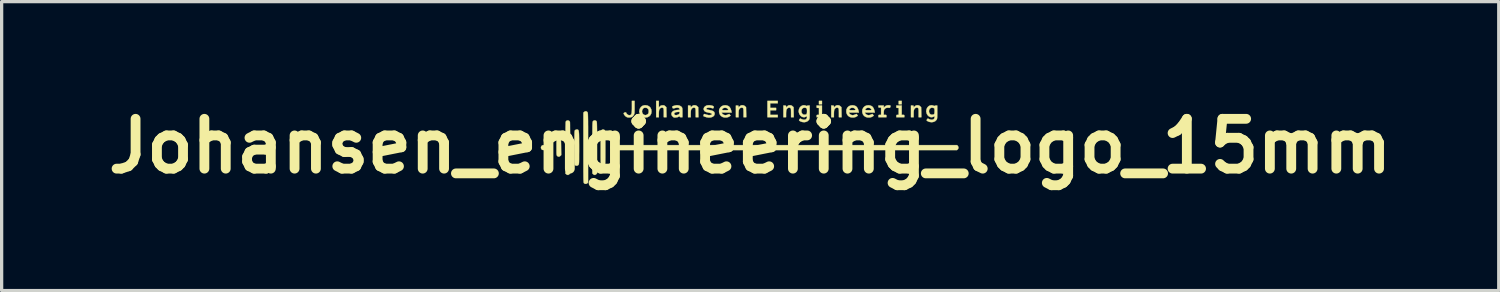
<source format=kicad_pcb>
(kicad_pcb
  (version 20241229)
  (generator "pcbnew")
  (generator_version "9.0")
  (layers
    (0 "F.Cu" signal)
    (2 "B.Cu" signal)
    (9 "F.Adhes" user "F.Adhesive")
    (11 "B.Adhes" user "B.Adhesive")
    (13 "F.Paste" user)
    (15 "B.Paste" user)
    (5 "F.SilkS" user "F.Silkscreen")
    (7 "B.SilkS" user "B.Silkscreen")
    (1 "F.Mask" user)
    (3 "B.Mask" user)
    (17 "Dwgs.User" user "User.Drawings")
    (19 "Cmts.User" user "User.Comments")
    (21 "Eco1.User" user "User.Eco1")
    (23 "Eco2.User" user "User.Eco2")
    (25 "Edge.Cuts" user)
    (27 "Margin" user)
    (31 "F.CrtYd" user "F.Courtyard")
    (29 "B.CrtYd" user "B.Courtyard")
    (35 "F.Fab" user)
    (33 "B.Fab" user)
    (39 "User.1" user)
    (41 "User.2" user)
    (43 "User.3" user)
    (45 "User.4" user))
  (footprint "Johansen_engineering_logo_15mm"
    (layer "F.Cu")
    (at 19.892 1.418)
    (property "Reference" "Johansen_engineering_logo_15mm" (at 0 0 0) (layer "F.SilkS") (effects (font (size 1.524 1.524) (thickness 0.3))))
    (attr through_hole)
    (fp_poly (pts (xy 2.195 -1.28) (xy 2.103 -1.28) (xy 2.103 -1.382) (xy 2.195 -1.382) (xy 2.195 -1.28)) (stroke (width 0.01) (type solid)) (fill yes) (layer "F.SilkS"))
    (fp_poly (pts (xy 4.633 -1.28) (xy 4.542 -1.28) (xy 4.542 -1.382) (xy 4.633 -1.382) (xy 4.633 -1.28)) (stroke (width 0.01) (type solid)) (fill yes) (layer "F.SilkS"))
    (fp_poly (pts (xy 0.843 -1.311) (xy 0.61 -1.311) (xy 0.61 -1.168) (xy 0.792 -1.168) (xy 0.792 -1.097) (xy 0.61 -1.097) (xy 0.61 -0.955) (xy 0.843 -0.955) (xy 0.843 -0.884) (xy 0.528 -0.884) (xy 0.528 -1.382) (xy 0.843 -1.382) (xy 0.843 -1.311)) (stroke (width 0.01) (type solid)) (fill yes) (layer "F.SilkS"))
    (fp_poly (pts (xy 6.348 -0.007) (xy 6.367 0.026) (xy 6.368 0.061) (xy 6.353 0.094) (xy 6.347 0.1) (xy 6.323 0.122) (xy -4.225 0.122) (xy -4.246 0.095) (xy -4.261 0.07) (xy -4.267 0.046) (xy -4.267 0.046) (xy -4.261 0.022) (xy -4.246 -0.004) (xy -4.246 -0.004) (xy -4.225 -0.03) (xy 1.051 -0.03) (xy 6.326 -0.03) (xy 6.348 -0.007)) (stroke (width 0.01) (type solid)) (fill yes) (layer "F.SilkS"))
    (fp_poly (pts (xy 2.195 -0.955) (xy 2.235 -0.955) (xy 2.261 -0.954) (xy 2.273 -0.947) (xy 2.276 -0.93) (xy 2.276 -0.919) (xy 2.276 -0.884) (xy 2.032 -0.884) (xy 2.032 -0.919) (xy 2.034 -0.943) (xy 2.042 -0.953) (xy 2.065 -0.955) (xy 2.068 -0.955) (xy 2.103 -0.955) (xy 2.103 -1.168) (xy 2.068 -1.168) (xy 2.044 -1.17) (xy 2.034 -1.179) (xy 2.032 -1.201) (xy 2.032 -1.204) (xy 2.032 -1.24) (xy 2.195 -1.24) (xy 2.195 -0.955)) (stroke (width 0.01) (type solid)) (fill yes) (layer "F.SilkS"))
    (fp_poly (pts (xy 4.633 -0.955) (xy 4.674 -0.955) (xy 4.7 -0.954) (xy 4.711 -0.947) (xy 4.714 -0.93) (xy 4.714 -0.919) (xy 4.714 -0.884) (xy 4.47 -0.884) (xy 4.47 -0.919) (xy 4.472 -0.943) (xy 4.481 -0.953) (xy 4.503 -0.955) (xy 4.506 -0.955) (xy 4.542 -0.955) (xy 4.542 -1.168) (xy 4.506 -1.168) (xy 4.482 -1.17) (xy 4.472 -1.179) (xy 4.47 -1.201) (xy 4.47 -1.204) (xy 4.47 -1.24) (xy 4.633 -1.24) (xy 4.633 -0.955)) (stroke (width 0.01) (type solid)) (fill yes) (layer "F.SilkS"))
    (fp_poly (pts (xy -6.205 -0.028) (xy -6.166 -0.021) (xy -6.142 -0.008) (xy -6.13 0.014) (xy -6.126 0.046) (xy -6.13 0.077) (xy -6.142 0.099) (xy -6.166 0.113) (xy -6.204 0.12) (xy -6.259 0.122) (xy -6.262 0.122) (xy -6.307 0.121) (xy -6.337 0.119) (xy -6.357 0.115) (xy -6.37 0.107) (xy -6.379 0.098) (xy -6.397 0.066) (xy -6.399 0.03) (xy -6.383 -0.002) (xy -6.377 -0.008) (xy -6.364 -0.019) (xy -6.347 -0.026) (xy -6.322 -0.029) (xy -6.284 -0.03) (xy -6.26 -0.03) (xy -6.205 -0.028)) (stroke (width 0.01) (type solid)) (fill yes) (layer "F.SilkS"))
    (fp_poly (pts (xy -2.794 -1.178) (xy -2.765 -1.21) (xy -2.742 -1.232) (xy -2.715 -1.243) (xy -2.686 -1.247) (xy -2.653 -1.249) (xy -2.631 -1.244) (xy -2.609 -1.229) (xy -2.6 -1.221) (xy -2.565 -1.19) (xy -2.562 -1.037) (xy -2.559 -0.884) (xy -2.642 -0.884) (xy -2.642 -1.015) (xy -2.642 -1.072) (xy -2.644 -1.112) (xy -2.647 -1.139) (xy -2.652 -1.155) (xy -2.658 -1.163) (xy -2.684 -1.177) (xy -2.716 -1.175) (xy -2.748 -1.16) (xy -2.773 -1.132) (xy -2.778 -1.122) (xy -2.787 -1.093) (xy -2.792 -1.049) (xy -2.794 -0.988) (xy -2.794 -0.884) (xy -2.875 -0.884) (xy -2.875 -1.382) (xy -2.794 -1.382) (xy -2.794 -1.178)) (stroke (width 0.01) (type solid)) (fill yes) (layer "F.SilkS"))
    (fp_poly (pts (xy -5.555 -0.781) (xy -5.528 -0.765) (xy -5.513 -0.74) (xy -5.512 -0.726) (xy -5.511 -0.693) (xy -5.51 -0.644) (xy -5.51 -0.579) (xy -5.509 -0.5) (xy -5.508 -0.409) (xy -5.508 -0.308) (xy -5.507 -0.197) (xy -5.507 -0.079) (xy -5.507 0.044) (xy -5.507 0.059) (xy -5.507 0.834) (xy -5.532 0.859) (xy -5.561 0.88) (xy -5.59 0.881) (xy -5.622 0.863) (xy -5.622 0.863) (xy -5.649 0.842) (xy -5.649 0.054) (xy -5.649 -0.113) (xy -5.648 -0.26) (xy -5.648 -0.388) (xy -5.647 -0.496) (xy -5.646 -0.585) (xy -5.644 -0.655) (xy -5.643 -0.706) (xy -5.641 -0.738) (xy -5.638 -0.753) (xy -5.638 -0.753) (xy -5.616 -0.776) (xy -5.586 -0.785) (xy -5.555 -0.781)) (stroke (width 0.01) (type solid)) (fill yes) (layer "F.SilkS"))
    (fp_poly (pts (xy -1.667 -1.246) (xy -1.639 -1.233) (xy -1.623 -1.22) (xy -1.59 -1.19) (xy -1.587 -1.037) (xy -1.583 -0.884) (xy -1.666 -0.884) (xy -1.666 -1.015) (xy -1.667 -1.072) (xy -1.668 -1.112) (xy -1.672 -1.139) (xy -1.677 -1.155) (xy -1.682 -1.163) (xy -1.709 -1.177) (xy -1.741 -1.175) (xy -1.772 -1.16) (xy -1.797 -1.132) (xy -1.803 -1.122) (xy -1.812 -1.093) (xy -1.817 -1.049) (xy -1.819 -0.988) (xy -1.819 -0.884) (xy -1.9 -0.884) (xy -1.9 -1.24) (xy -1.859 -1.24) (xy -1.833 -1.238) (xy -1.822 -1.232) (xy -1.819 -1.216) (xy -1.819 -1.21) (xy -1.819 -1.181) (xy -1.784 -1.215) (xy -1.758 -1.237) (xy -1.734 -1.247) (xy -1.703 -1.25) (xy -1.667 -1.246)) (stroke (width 0.01) (type solid)) (fill yes) (layer "F.SilkS"))
    (fp_poly (pts (xy -0.204 -1.246) (xy -0.176 -1.233) (xy -0.16 -1.22) (xy -0.127 -1.19) (xy -0.124 -1.037) (xy -0.12 -0.884) (xy -0.203 -0.884) (xy -0.203 -1.015) (xy -0.204 -1.072) (xy -0.205 -1.112) (xy -0.209 -1.139) (xy -0.214 -1.155) (xy -0.219 -1.163) (xy -0.246 -1.177) (xy -0.278 -1.175) (xy -0.309 -1.16) (xy -0.334 -1.132) (xy -0.34 -1.122) (xy -0.349 -1.093) (xy -0.354 -1.049) (xy -0.356 -0.988) (xy -0.356 -0.884) (xy -0.437 -0.884) (xy -0.437 -1.24) (xy -0.396 -1.24) (xy -0.37 -1.238) (xy -0.359 -1.232) (xy -0.356 -1.216) (xy -0.356 -1.21) (xy -0.356 -1.181) (xy -0.321 -1.215) (xy -0.295 -1.237) (xy -0.271 -1.247) (xy -0.24 -1.25) (xy -0.204 -1.246)) (stroke (width 0.01) (type solid)) (fill yes) (layer "F.SilkS"))
    (fp_poly (pts (xy 1.249 -1.246) (xy 1.277 -1.233) (xy 1.293 -1.22) (xy 1.326 -1.19) (xy 1.329 -1.037) (xy 1.332 -0.884) (xy 1.25 -0.884) (xy 1.25 -1.015) (xy 1.249 -1.072) (xy 1.248 -1.112) (xy 1.244 -1.139) (xy 1.239 -1.155) (xy 1.234 -1.163) (xy 1.207 -1.177) (xy 1.175 -1.175) (xy 1.144 -1.16) (xy 1.118 -1.132) (xy 1.113 -1.122) (xy 1.104 -1.093) (xy 1.099 -1.049) (xy 1.097 -0.988) (xy 1.097 -0.884) (xy 1.016 -0.884) (xy 1.016 -1.24) (xy 1.057 -1.24) (xy 1.083 -1.238) (xy 1.094 -1.232) (xy 1.097 -1.216) (xy 1.097 -1.21) (xy 1.097 -1.181) (xy 1.132 -1.215) (xy 1.158 -1.237) (xy 1.182 -1.247) (xy 1.213 -1.25) (xy 1.249 -1.246)) (stroke (width 0.01) (type solid)) (fill yes) (layer "F.SilkS"))
    (fp_poly (pts (xy 2.712 -1.246) (xy 2.74 -1.233) (xy 2.756 -1.22) (xy 2.789 -1.19) (xy 2.792 -1.037) (xy 2.795 -0.884) (xy 2.713 -0.884) (xy 2.713 -1.015) (xy 2.712 -1.072) (xy 2.711 -1.112) (xy 2.707 -1.139) (xy 2.702 -1.155) (xy 2.697 -1.163) (xy 2.67 -1.177) (xy 2.638 -1.175) (xy 2.607 -1.16) (xy 2.581 -1.132) (xy 2.576 -1.122) (xy 2.567 -1.093) (xy 2.562 -1.049) (xy 2.56 -0.988) (xy 2.56 -0.884) (xy 2.479 -0.884) (xy 2.479 -1.24) (xy 2.52 -1.24) (xy 2.546 -1.238) (xy 2.557 -1.232) (xy 2.56 -1.216) (xy 2.56 -1.21) (xy 2.56 -1.181) (xy 2.595 -1.215) (xy 2.621 -1.237) (xy 2.645 -1.247) (xy 2.676 -1.25) (xy 2.712 -1.246)) (stroke (width 0.01) (type solid)) (fill yes) (layer "F.SilkS"))
    (fp_poly (pts (xy 5.15 -1.246) (xy 5.179 -1.233) (xy 5.194 -1.22) (xy 5.227 -1.19) (xy 5.231 -1.037) (xy 5.234 -0.884) (xy 5.151 -0.884) (xy 5.151 -1.015) (xy 5.151 -1.072) (xy 5.149 -1.112) (xy 5.146 -1.139) (xy 5.141 -1.155) (xy 5.135 -1.163) (xy 5.108 -1.177) (xy 5.076 -1.175) (xy 5.045 -1.16) (xy 5.02 -1.132) (xy 5.014 -1.122) (xy 5.006 -1.093) (xy 5 -1.049) (xy 4.999 -0.988) (xy 4.999 -0.884) (xy 4.917 -0.884) (xy 4.917 -1.24) (xy 4.958 -1.24) (xy 4.984 -1.238) (xy 4.996 -1.232) (xy 4.999 -1.216) (xy 4.999 -1.21) (xy 4.999 -1.181) (xy 5.033 -1.215) (xy 5.059 -1.237) (xy 5.083 -1.247) (xy 5.114 -1.25) (xy 5.15 -1.246)) (stroke (width 0.01) (type solid)) (fill yes) (layer "F.SilkS"))
    (fp_poly (pts (xy -5.836 -0.23) (xy -5.81 -0.214) (xy -5.802 -0.208) (xy -5.797 -0.2) (xy -5.792 -0.188) (xy -5.789 -0.17) (xy -5.787 -0.143) (xy -5.785 -0.104) (xy -5.784 -0.051) (xy -5.783 0.019) (xy -5.783 0.04) (xy -5.78 0.274) (xy -5.805 0.3) (xy -5.837 0.321) (xy -5.869 0.322) (xy -5.899 0.304) (xy -5.901 0.302) (xy -5.908 0.293) (xy -5.914 0.284) (xy -5.918 0.27) (xy -5.92 0.249) (xy -5.922 0.219) (xy -5.923 0.177) (xy -5.923 0.12) (xy -5.923 0.046) (xy -5.923 0.044) (xy -5.923 -0.03) (xy -5.923 -0.088) (xy -5.922 -0.13) (xy -5.92 -0.16) (xy -5.918 -0.18) (xy -5.914 -0.193) (xy -5.909 -0.202) (xy -5.902 -0.21) (xy -5.9 -0.212) (xy -5.868 -0.231) (xy -5.836 -0.23)) (stroke (width 0.01) (type solid)) (fill yes) (layer "F.SilkS"))
    (fp_poly (pts (xy -3.536 -1.191) (xy -3.536 -1.123) (xy -3.537 -1.073) (xy -3.538 -1.035) (xy -3.541 -1.008) (xy -3.545 -0.988) (xy -3.551 -0.97) (xy -3.559 -0.955) (xy -3.588 -0.913) (xy -3.617 -0.892) (xy -3.659 -0.879) (xy -3.709 -0.875) (xy -3.755 -0.881) (xy -3.769 -0.885) (xy -3.809 -0.909) (xy -3.843 -0.946) (xy -3.857 -0.967) (xy -3.868 -0.994) (xy -3.867 -1.01) (xy -3.851 -1.021) (xy -3.841 -1.026) (xy -3.812 -1.033) (xy -3.794 -1.026) (xy -3.79 -1.011) (xy -3.781 -0.994) (xy -3.761 -0.974) (xy -3.735 -0.956) (xy -3.711 -0.946) (xy -3.703 -0.945) (xy -3.676 -0.947) (xy -3.656 -0.954) (xy -3.64 -0.969) (xy -3.63 -0.993) (xy -3.623 -1.03) (xy -3.619 -1.082) (xy -3.617 -1.149) (xy -3.617 -1.198) (xy -3.617 -1.382) (xy -3.536 -1.382) (xy -3.536 -1.191)) (stroke (width 0.01) (type solid)) (fill yes) (layer "F.SilkS"))
    (fp_poly (pts (xy -4.72 -0.778) (xy -4.702 -0.763) (xy -4.699 -0.758) (xy -4.696 -0.751) (xy -4.693 -0.741) (xy -4.691 -0.726) (xy -4.689 -0.705) (xy -4.688 -0.677) (xy -4.687 -0.641) (xy -4.686 -0.594) (xy -4.685 -0.536) (xy -4.684 -0.465) (xy -4.684 -0.38) (xy -4.684 -0.28) (xy -4.684 -0.162) (xy -4.684 -0.026) (xy -4.684 0.047) (xy -4.684 0.834) (xy -4.709 0.859) (xy -4.739 0.88) (xy -4.769 0.88) (xy -4.799 0.861) (xy -4.801 0.859) (xy -4.826 0.834) (xy -4.826 0.047) (xy -4.826 -0.098) (xy -4.826 -0.224) (xy -4.826 -0.333) (xy -4.825 -0.425) (xy -4.825 -0.503) (xy -4.824 -0.567) (xy -4.824 -0.619) (xy -4.822 -0.661) (xy -4.821 -0.693) (xy -4.819 -0.717) (xy -4.817 -0.734) (xy -4.815 -0.746) (xy -4.812 -0.754) (xy -4.809 -0.76) (xy -4.807 -0.763) (xy -4.78 -0.782) (xy -4.755 -0.786) (xy -4.72 -0.778)) (stroke (width 0.01) (type solid)) (fill yes) (layer "F.SilkS"))
    (fp_poly (pts (xy 4.267 -1.247) (xy 4.287 -1.239) (xy 4.292 -1.223) (xy 4.286 -1.2) (xy 4.278 -1.18) (xy 4.267 -1.172) (xy 4.246 -1.172) (xy 4.232 -1.174) (xy 4.183 -1.173) (xy 4.14 -1.159) (xy 4.108 -1.131) (xy 4.1 -1.119) (xy 4.09 -1.087) (xy 4.085 -1.042) (xy 4.084 -1.022) (xy 4.084 -0.955) (xy 4.125 -0.955) (xy 4.151 -0.954) (xy 4.163 -0.947) (xy 4.166 -0.93) (xy 4.166 -0.919) (xy 4.166 -0.884) (xy 3.922 -0.884) (xy 3.922 -0.919) (xy 3.923 -0.942) (xy 3.931 -0.952) (xy 3.95 -0.955) (xy 3.962 -0.955) (xy 4.003 -0.955) (xy 4.003 -1.179) (xy 3.962 -1.179) (xy 3.936 -1.18) (xy 3.925 -1.186) (xy 3.922 -1.202) (xy 3.922 -1.209) (xy 3.922 -1.24) (xy 4.084 -1.24) (xy 4.084 -1.174) (xy 4.111 -1.202) (xy 4.146 -1.231) (xy 4.187 -1.246) (xy 4.23 -1.25) (xy 4.267 -1.247)) (stroke (width 0.01) (type solid)) (fill yes) (layer "F.SilkS"))
    (fp_poly (pts (xy -4.983 -1.045) (xy -4.979 -1.04) (xy -4.976 -1.036) (xy -4.973 -1.03) (xy -4.97 -1.023) (xy -4.968 -1.013) (xy -4.966 -0.999) (xy -4.964 -0.979) (xy -4.963 -0.952) (xy -4.962 -0.918) (xy -4.961 -0.875) (xy -4.96 -0.822) (xy -4.959 -0.757) (xy -4.959 -0.68) (xy -4.958 -0.589) (xy -4.958 -0.483) (xy -4.958 -0.362) (xy -4.958 -0.223) (xy -4.958 -0.066) (xy -4.958 0.05) (xy -4.958 1.114) (xy -4.982 1.136) (xy -5.014 1.155) (xy -5.047 1.155) (xy -5.078 1.138) (xy -5.08 1.136) (xy -5.083 1.132) (xy -5.086 1.127) (xy -5.088 1.121) (xy -5.091 1.111) (xy -5.093 1.096) (xy -5.094 1.077) (xy -5.096 1.05) (xy -5.097 1.015) (xy -5.098 0.972) (xy -5.099 0.918) (xy -5.099 0.853) (xy -5.1 0.775) (xy -5.1 0.683) (xy -5.1 0.577) (xy -5.1 0.454) (xy -5.1 0.315) (xy -5.1 0.157) (xy -5.1 0.046) (xy -5.1 -1.023) (xy -5.077 -1.045) (xy -5.045 -1.064) (xy -5.012 -1.064) (xy -4.983 -1.045)) (stroke (width 0.01) (type solid)) (fill yes) (layer "F.SilkS"))
    (fp_poly (pts (xy -3.143 -1.241) (xy -3.091 -1.215) (xy -3.051 -1.175) (xy -3.026 -1.123) (xy -3.018 -1.062) (xy -3.026 -0.999) (xy -3.052 -0.947) (xy -3.092 -0.908) (xy -3.144 -0.883) (xy -3.206 -0.874) (xy -3.208 -0.874) (xy -3.244 -0.877) (xy -3.278 -0.885) (xy -3.287 -0.888) (xy -3.332 -0.919) (xy -3.366 -0.963) (xy -3.386 -1.015) (xy -3.391 -1.064) (xy -3.309 -1.064) (xy -3.303 -1.023) (xy -3.285 -0.988) (xy -3.257 -0.962) (xy -3.219 -0.949) (xy -3.191 -0.949) (xy -3.159 -0.96) (xy -3.13 -0.98) (xy -3.13 -0.98) (xy -3.114 -1) (xy -3.106 -1.023) (xy -3.104 -1.058) (xy -3.104 -1.062) (xy -3.106 -1.097) (xy -3.113 -1.121) (xy -3.128 -1.141) (xy -3.132 -1.145) (xy -3.156 -1.164) (xy -3.184 -1.172) (xy -3.207 -1.173) (xy -3.239 -1.171) (xy -3.262 -1.161) (xy -3.277 -1.145) (xy -3.301 -1.106) (xy -3.309 -1.064) (xy -3.391 -1.064) (xy -3.392 -1.072) (xy -3.38 -1.128) (xy -3.374 -1.143) (xy -3.342 -1.195) (xy -3.299 -1.229) (xy -3.245 -1.247) (xy -3.204 -1.25) (xy -3.143 -1.241)) (stroke (width 0.01) (type solid)) (fill yes) (layer "F.SilkS"))
    (fp_poly (pts (xy -5.269 -0.501) (xy -5.267 -0.5) (xy -5.259 -0.494) (xy -5.253 -0.486) (xy -5.248 -0.474) (xy -5.243 -0.457) (xy -5.24 -0.432) (xy -5.237 -0.398) (xy -5.235 -0.354) (xy -5.234 -0.298) (xy -5.233 -0.228) (xy -5.233 -0.142) (xy -5.232 -0.038) (xy -5.232 0.053) (xy -5.232 0.167) (xy -5.233 0.262) (xy -5.233 0.341) (xy -5.233 0.404) (xy -5.234 0.454) (xy -5.235 0.493) (xy -5.237 0.521) (xy -5.239 0.542) (xy -5.242 0.556) (xy -5.245 0.566) (xy -5.249 0.572) (xy -5.253 0.577) (xy -5.281 0.595) (xy -5.314 0.6) (xy -5.344 0.591) (xy -5.359 0.577) (xy -5.362 0.57) (xy -5.365 0.558) (xy -5.368 0.541) (xy -5.37 0.516) (xy -5.372 0.482) (xy -5.373 0.436) (xy -5.374 0.378) (xy -5.374 0.306) (xy -5.374 0.218) (xy -5.375 0.112) (xy -5.375 0.043) (xy -5.375 -0.072) (xy -5.375 -0.168) (xy -5.374 -0.248) (xy -5.374 -0.312) (xy -5.373 -0.363) (xy -5.372 -0.402) (xy -5.37 -0.431) (xy -5.368 -0.452) (xy -5.366 -0.467) (xy -5.363 -0.476) (xy -5.359 -0.483) (xy -5.354 -0.488) (xy -5.328 -0.503) (xy -5.296 -0.508) (xy -5.269 -0.501)) (stroke (width 0.01) (type solid)) (fill yes) (layer "F.SilkS"))
    (fp_poly (pts (xy -4.456 -0.493) (xy -4.45 -0.488) (xy -4.446 -0.483) (xy -4.442 -0.476) (xy -4.439 -0.466) (xy -4.436 -0.451) (xy -4.434 -0.43) (xy -4.432 -0.4) (xy -4.431 -0.36) (xy -4.431 -0.309) (xy -4.43 -0.244) (xy -4.43 -0.163) (xy -4.43 -0.066) (xy -4.43 0.043) (xy -4.43 0.16) (xy -4.43 0.258) (xy -4.43 0.339) (xy -4.431 0.405) (xy -4.432 0.457) (xy -4.433 0.498) (xy -4.435 0.528) (xy -4.437 0.549) (xy -4.44 0.564) (xy -4.443 0.573) (xy -4.446 0.577) (xy -4.469 0.595) (xy -4.501 0.6) (xy -4.533 0.591) (xy -4.551 0.577) (xy -4.556 0.572) (xy -4.56 0.565) (xy -4.563 0.555) (xy -4.566 0.54) (xy -4.568 0.519) (xy -4.569 0.49) (xy -4.57 0.451) (xy -4.571 0.4) (xy -4.572 0.336) (xy -4.572 0.256) (xy -4.572 0.16) (xy -4.572 0.046) (xy -4.572 -0.069) (xy -4.572 -0.165) (xy -4.572 -0.245) (xy -4.571 -0.309) (xy -4.57 -0.36) (xy -4.569 -0.399) (xy -4.568 -0.428) (xy -4.566 -0.449) (xy -4.563 -0.464) (xy -4.56 -0.473) (xy -4.556 -0.48) (xy -4.551 -0.486) (xy -4.522 -0.504) (xy -4.487 -0.506) (xy -4.456 -0.493)) (stroke (width 0.01) (type solid)) (fill yes) (layer "F.SilkS"))
    (fp_poly (pts (xy -0.715 -1.243) (xy -0.665 -1.224) (xy -0.633 -1.198) (xy -0.605 -1.156) (xy -0.584 -1.101) (xy -0.575 -1.064) (xy -0.568 -1.026) (xy -0.873 -1.026) (xy -0.862 -1.001) (xy -0.841 -0.977) (xy -0.808 -0.957) (xy -0.77 -0.946) (xy -0.755 -0.945) (xy -0.728 -0.95) (xy -0.694 -0.96) (xy -0.684 -0.965) (xy -0.641 -0.984) (xy -0.6 -0.932) (xy -0.625 -0.913) (xy -0.671 -0.888) (xy -0.727 -0.875) (xy -0.787 -0.876) (xy -0.843 -0.89) (xy -0.85 -0.894) (xy -0.896 -0.924) (xy -0.929 -0.968) (xy -0.948 -1.019) (xy -0.953 -1.075) (xy -0.945 -1.113) (xy -0.864 -1.113) (xy -0.855 -1.104) (xy -0.83 -1.099) (xy -0.786 -1.097) (xy -0.767 -1.097) (xy -0.72 -1.098) (xy -0.69 -1.1) (xy -0.674 -1.105) (xy -0.671 -1.111) (xy -0.677 -1.126) (xy -0.694 -1.146) (xy -0.697 -1.149) (xy -0.725 -1.167) (xy -0.76 -1.173) (xy -0.767 -1.173) (xy -0.805 -1.169) (xy -0.833 -1.153) (xy -0.837 -1.149) (xy -0.857 -1.128) (xy -0.864 -1.113) (xy -0.945 -1.113) (xy -0.942 -1.13) (xy -0.915 -1.18) (xy -0.913 -1.183) (xy -0.873 -1.219) (xy -0.824 -1.241) (xy -0.769 -1.249) (xy -0.715 -1.243)) (stroke (width 0.01) (type solid)) (fill yes) (layer "F.SilkS"))
    (fp_poly (pts (xy 3.177 -1.243) (xy 3.226 -1.224) (xy 3.258 -1.198) (xy 3.286 -1.156) (xy 3.308 -1.101) (xy 3.316 -1.064) (xy 3.323 -1.026) (xy 3.018 -1.026) (xy 3.029 -1.001) (xy 3.05 -0.977) (xy 3.083 -0.957) (xy 3.122 -0.946) (xy 3.136 -0.945) (xy 3.163 -0.95) (xy 3.197 -0.96) (xy 3.208 -0.965) (xy 3.251 -0.984) (xy 3.292 -0.932) (xy 3.266 -0.913) (xy 3.22 -0.888) (xy 3.164 -0.875) (xy 3.104 -0.876) (xy 3.048 -0.89) (xy 3.041 -0.894) (xy 2.996 -0.924) (xy 2.963 -0.968) (xy 2.943 -1.019) (xy 2.939 -1.075) (xy 2.946 -1.113) (xy 3.027 -1.113) (xy 3.036 -1.104) (xy 3.062 -1.099) (xy 3.105 -1.097) (xy 3.124 -1.097) (xy 3.172 -1.098) (xy 3.202 -1.1) (xy 3.217 -1.105) (xy 3.221 -1.111) (xy 3.214 -1.126) (xy 3.197 -1.146) (xy 3.195 -1.149) (xy 3.167 -1.167) (xy 3.131 -1.173) (xy 3.124 -1.173) (xy 3.087 -1.169) (xy 3.058 -1.153) (xy 3.054 -1.149) (xy 3.034 -1.128) (xy 3.027 -1.113) (xy 2.946 -1.113) (xy 2.949 -1.13) (xy 2.976 -1.18) (xy 2.978 -1.183) (xy 3.018 -1.219) (xy 3.068 -1.241) (xy 3.122 -1.249) (xy 3.177 -1.243)) (stroke (width 0.01) (type solid)) (fill yes) (layer "F.SilkS"))
    (fp_poly (pts (xy 3.664 -1.243) (xy 3.714 -1.224) (xy 3.746 -1.198) (xy 3.774 -1.156) (xy 3.795 -1.101) (xy 3.804 -1.064) (xy 3.811 -1.026) (xy 3.506 -1.026) (xy 3.517 -1.001) (xy 3.538 -0.977) (xy 3.571 -0.957) (xy 3.609 -0.946) (xy 3.624 -0.945) (xy 3.651 -0.95) (xy 3.685 -0.96) (xy 3.695 -0.965) (xy 3.738 -0.984) (xy 3.779 -0.932) (xy 3.754 -0.913) (xy 3.708 -0.888) (xy 3.652 -0.875) (xy 3.592 -0.876) (xy 3.536 -0.89) (xy 3.529 -0.894) (xy 3.483 -0.924) (xy 3.45 -0.968) (xy 3.431 -1.019) (xy 3.426 -1.075) (xy 3.434 -1.113) (xy 3.515 -1.113) (xy 3.524 -1.104) (xy 3.549 -1.099) (xy 3.593 -1.097) (xy 3.612 -1.097) (xy 3.659 -1.098) (xy 3.689 -1.1) (xy 3.705 -1.105) (xy 3.708 -1.111) (xy 3.702 -1.126) (xy 3.685 -1.146) (xy 3.682 -1.149) (xy 3.654 -1.167) (xy 3.619 -1.173) (xy 3.612 -1.173) (xy 3.574 -1.169) (xy 3.546 -1.153) (xy 3.542 -1.149) (xy 3.522 -1.128) (xy 3.515 -1.113) (xy 3.434 -1.113) (xy 3.437 -1.13) (xy 3.464 -1.18) (xy 3.466 -1.183) (xy 3.506 -1.219) (xy 3.555 -1.241) (xy 3.61 -1.249) (xy 3.664 -1.243)) (stroke (width 0.01) (type solid)) (fill yes) (layer "F.SilkS"))
    (fp_poly (pts (xy -1.199 -1.244) (xy -1.155 -1.234) (xy -1.123 -1.218) (xy -1.12 -1.214) (xy -1.113 -1.198) (xy -1.117 -1.177) (xy -1.128 -1.159) (xy -1.143 -1.153) (xy -1.147 -1.154) (xy -1.188 -1.167) (xy -1.232 -1.174) (xy -1.274 -1.175) (xy -1.309 -1.17) (xy -1.332 -1.16) (xy -1.338 -1.152) (xy -1.34 -1.138) (xy -1.332 -1.128) (xy -1.312 -1.119) (xy -1.278 -1.109) (xy -1.234 -1.101) (xy -1.173 -1.086) (xy -1.13 -1.068) (xy -1.103 -1.045) (xy -1.09 -1.014) (xy -1.087 -0.988) (xy -1.096 -0.948) (xy -1.122 -0.915) (xy -1.16 -0.891) (xy -1.21 -0.877) (xy -1.267 -0.873) (xy -1.33 -0.882) (xy -1.369 -0.893) (xy -1.4 -0.904) (xy -1.422 -0.914) (xy -1.429 -0.918) (xy -1.43 -0.93) (xy -1.423 -0.953) (xy -1.422 -0.955) (xy -1.415 -0.972) (xy -1.407 -0.98) (xy -1.394 -0.981) (xy -1.371 -0.974) (xy -1.334 -0.961) (xy -1.331 -0.96) (xy -1.271 -0.947) (xy -1.236 -0.948) (xy -1.195 -0.955) (xy -1.172 -0.968) (xy -1.168 -0.983) (xy -1.184 -0.998) (xy -1.219 -1.012) (xy -1.236 -1.016) (xy -1.292 -1.028) (xy -1.332 -1.038) (xy -1.36 -1.048) (xy -1.379 -1.058) (xy -1.394 -1.069) (xy -1.398 -1.074) (xy -1.419 -1.109) (xy -1.422 -1.147) (xy -1.408 -1.184) (xy -1.379 -1.216) (xy -1.338 -1.239) (xy -1.297 -1.248) (xy -1.249 -1.25) (xy -1.199 -1.244)) (stroke (width 0.01) (type solid)) (fill yes) (layer "F.SilkS"))
    (fp_poly (pts (xy 1.685 -1.244) (xy 1.707 -1.234) (xy 1.728 -1.226) (xy 1.737 -1.228) (xy 1.737 -1.229) (xy 1.746 -1.236) (xy 1.769 -1.239) (xy 1.778 -1.24) (xy 1.819 -1.24) (xy 1.819 -1.038) (xy 1.819 -0.969) (xy 1.818 -0.917) (xy 1.817 -0.879) (xy 1.814 -0.852) (xy 1.811 -0.833) (xy 1.806 -0.819) (xy 1.798 -0.806) (xy 1.796 -0.802) (xy 1.759 -0.765) (xy 1.711 -0.741) (xy 1.654 -0.731) (xy 1.593 -0.737) (xy 1.562 -0.746) (xy 1.526 -0.762) (xy 1.501 -0.779) (xy 1.494 -0.793) (xy 1.499 -0.805) (xy 1.511 -0.822) (xy 1.529 -0.844) (xy 1.579 -0.822) (xy 1.628 -0.807) (xy 1.671 -0.807) (xy 1.706 -0.82) (xy 1.729 -0.845) (xy 1.737 -0.881) (xy 1.737 -0.881) (xy 1.737 -0.915) (xy 1.707 -0.899) (xy 1.659 -0.884) (xy 1.611 -0.887) (xy 1.567 -0.906) (xy 1.53 -0.939) (xy 1.502 -0.983) (xy 1.486 -1.037) (xy 1.484 -1.07) (xy 1.565 -1.07) (xy 1.57 -1.03) (xy 1.589 -0.993) (xy 1.617 -0.969) (xy 1.647 -0.96) (xy 1.684 -0.961) (xy 1.715 -0.971) (xy 1.723 -0.976) (xy 1.731 -0.993) (xy 1.736 -1.023) (xy 1.738 -1.06) (xy 1.737 -1.099) (xy 1.734 -1.132) (xy 1.727 -1.153) (xy 1.725 -1.156) (xy 1.692 -1.172) (xy 1.653 -1.175) (xy 1.625 -1.168) (xy 1.593 -1.145) (xy 1.573 -1.111) (xy 1.565 -1.07) (xy 1.484 -1.07) (xy 1.484 -1.071) (xy 1.492 -1.128) (xy 1.514 -1.176) (xy 1.548 -1.214) (xy 1.589 -1.239) (xy 1.636 -1.25) (xy 1.685 -1.244)) (stroke (width 0.01) (type solid)) (fill yes) (layer "F.SilkS"))
    (fp_poly (pts (xy 5.586 -1.244) (xy 5.609 -1.234) (xy 5.629 -1.226) (xy 5.639 -1.228) (xy 5.639 -1.229) (xy 5.648 -1.236) (xy 5.67 -1.239) (xy 5.679 -1.24) (xy 5.72 -1.24) (xy 5.72 -1.038) (xy 5.72 -0.969) (xy 5.719 -0.917) (xy 5.718 -0.879) (xy 5.716 -0.852) (xy 5.712 -0.833) (xy 5.707 -0.819) (xy 5.7 -0.806) (xy 5.697 -0.802) (xy 5.661 -0.765) (xy 5.612 -0.741) (xy 5.556 -0.731) (xy 5.495 -0.737) (xy 5.463 -0.746) (xy 5.427 -0.762) (xy 5.403 -0.779) (xy 5.395 -0.793) (xy 5.401 -0.805) (xy 5.413 -0.822) (xy 5.431 -0.844) (xy 5.48 -0.822) (xy 5.529 -0.807) (xy 5.573 -0.807) (xy 5.607 -0.82) (xy 5.63 -0.845) (xy 5.639 -0.881) (xy 5.639 -0.881) (xy 5.639 -0.915) (xy 5.609 -0.899) (xy 5.56 -0.884) (xy 5.513 -0.887) (xy 5.469 -0.906) (xy 5.432 -0.939) (xy 5.403 -0.983) (xy 5.388 -1.037) (xy 5.385 -1.07) (xy 5.467 -1.07) (xy 5.472 -1.03) (xy 5.49 -0.993) (xy 5.518 -0.969) (xy 5.549 -0.96) (xy 5.585 -0.961) (xy 5.617 -0.971) (xy 5.624 -0.976) (xy 5.632 -0.993) (xy 5.637 -1.023) (xy 5.639 -1.06) (xy 5.639 -1.099) (xy 5.635 -1.132) (xy 5.629 -1.153) (xy 5.626 -1.156) (xy 5.594 -1.172) (xy 5.554 -1.175) (xy 5.526 -1.168) (xy 5.494 -1.145) (xy 5.474 -1.111) (xy 5.467 -1.07) (xy 5.385 -1.07) (xy 5.385 -1.071) (xy 5.393 -1.128) (xy 5.416 -1.176) (xy 5.449 -1.214) (xy 5.491 -1.239) (xy 5.537 -1.25) (xy 5.586 -1.244)) (stroke (width 0.01) (type solid)) (fill yes) (layer "F.SilkS"))
    (fp_poly (pts (xy -2.152 -1.235) (xy -2.109 -1.209) (xy -2.095 -1.194) (xy -2.086 -1.181) (xy -2.08 -1.166) (xy -2.076 -1.146) (xy -2.074 -1.116) (xy -2.073 -1.073) (xy -2.073 -1.025) (xy -2.073 -0.884) (xy -2.113 -0.884) (xy -2.14 -0.886) (xy -2.152 -0.892) (xy -2.154 -0.905) (xy -2.155 -0.917) (xy -2.161 -0.919) (xy -2.177 -0.908) (xy -2.184 -0.903) (xy -2.221 -0.885) (xy -2.273 -0.876) (xy -2.276 -0.876) (xy -2.31 -0.874) (xy -2.333 -0.877) (xy -2.35 -0.887) (xy -2.371 -0.906) (xy -2.372 -0.907) (xy -2.396 -0.934) (xy -2.406 -0.96) (xy -2.408 -0.983) (xy -2.405 -0.996) (xy -2.325 -0.996) (xy -2.321 -0.969) (xy -2.3 -0.952) (xy -2.266 -0.947) (xy -2.251 -0.948) (xy -2.218 -0.957) (xy -2.188 -0.971) (xy -2.185 -0.973) (xy -2.165 -0.995) (xy -2.156 -1.02) (xy -2.155 -1.036) (xy -2.162 -1.044) (xy -2.18 -1.046) (xy -2.202 -1.046) (xy -2.256 -1.041) (xy -2.296 -1.029) (xy -2.319 -1.01) (xy -2.325 -0.996) (xy -2.405 -0.996) (xy -2.399 -1.026) (xy -2.372 -1.06) (xy -2.327 -1.085) (xy -2.267 -1.101) (xy -2.227 -1.105) (xy -2.189 -1.108) (xy -2.167 -1.112) (xy -2.157 -1.118) (xy -2.155 -1.128) (xy -2.156 -1.131) (xy -2.167 -1.151) (xy -2.186 -1.168) (xy -2.21 -1.175) (xy -2.243 -1.175) (xy -2.288 -1.167) (xy -2.342 -1.153) (xy -2.361 -1.153) (xy -2.374 -1.17) (xy -2.376 -1.174) (xy -2.383 -1.195) (xy -2.38 -1.209) (xy -2.364 -1.221) (xy -2.33 -1.233) (xy -2.33 -1.233) (xy -2.266 -1.248) (xy -2.206 -1.248) (xy -2.152 -1.235)) (stroke (width 0.01) (type solid)) (fill yes) (layer "F.SilkS")))
  (gr_rect
    (start -3 -3)
    (end 42.784 5.836)
    (stroke (width 0.1) (type default))
    (fill no)
    (layer "Edge.Cuts")))
</source>
